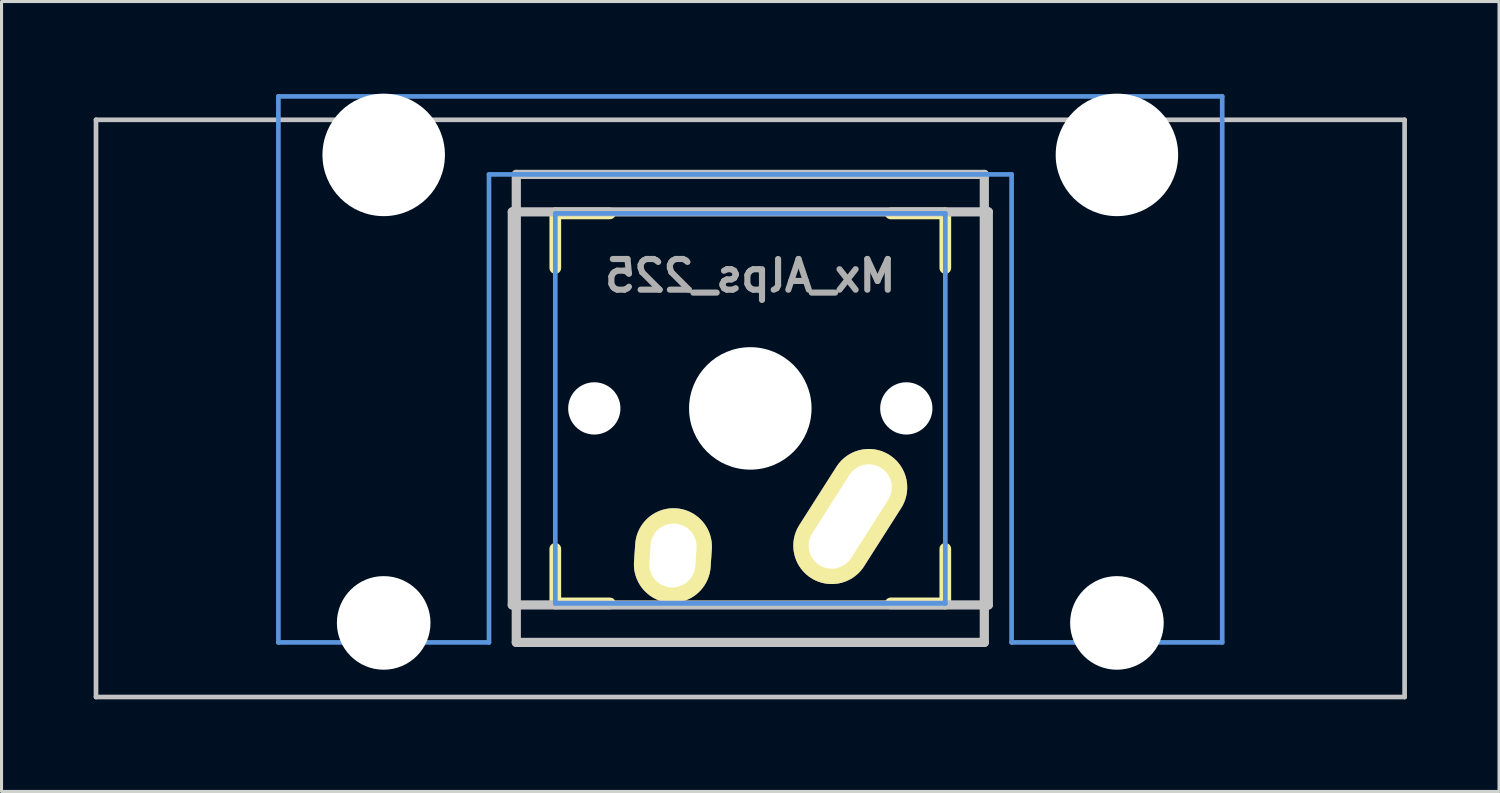
<source format=kicad_pcb>
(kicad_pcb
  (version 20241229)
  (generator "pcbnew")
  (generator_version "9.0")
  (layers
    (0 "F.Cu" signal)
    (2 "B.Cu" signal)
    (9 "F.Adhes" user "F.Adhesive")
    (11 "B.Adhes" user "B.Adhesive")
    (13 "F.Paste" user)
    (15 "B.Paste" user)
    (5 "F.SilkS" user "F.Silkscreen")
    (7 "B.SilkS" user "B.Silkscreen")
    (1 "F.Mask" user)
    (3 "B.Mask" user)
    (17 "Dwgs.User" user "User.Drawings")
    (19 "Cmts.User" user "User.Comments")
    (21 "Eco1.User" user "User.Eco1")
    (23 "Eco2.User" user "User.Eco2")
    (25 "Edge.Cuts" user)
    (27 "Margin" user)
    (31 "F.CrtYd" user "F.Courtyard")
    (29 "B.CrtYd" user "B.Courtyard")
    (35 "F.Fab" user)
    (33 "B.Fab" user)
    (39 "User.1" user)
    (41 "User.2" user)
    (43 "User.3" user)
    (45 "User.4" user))
  (footprint "Mx_Alps_225"
    (layer "F.Cu")
    (at 21.382 6.261)
    (property "Reference" "Mx_Alps_225" (at 0 -0.33 180) (layer "F.Fab") (effects (font (size 1 1) (thickness 0.2)) (justify mirror)))
    (attr through_hole)
    (fp_line (start -6.35 -2.362) (end -4.572 -2.362) (stroke (width 0.381) (type solid)) (layer "F.SilkS"))
    (fp_line (start -6.35 -0.584) (end -6.35 -2.362) (stroke (width 0.381) (type solid)) (layer "F.SilkS"))
    (fp_line (start -6.35 10.338) (end -6.35 8.56) (stroke (width 0.381) (type solid)) (layer "F.SilkS"))
    (fp_line (start -4.572 10.338) (end -6.35 10.338) (stroke (width 0.381) (type solid)) (layer "F.SilkS"))
    (fp_line (start 4.572 -2.362) (end 6.35 -2.362) (stroke (width 0.381) (type solid)) (layer "F.SilkS"))
    (fp_line (start 6.35 -2.362) (end 6.35 -0.584) (stroke (width 0.381) (type solid)) (layer "F.SilkS"))
    (fp_line (start 6.35 8.56) (end 6.35 10.338) (stroke (width 0.381) (type solid)) (layer "F.SilkS"))
    (fp_line (start 6.35 10.338) (end 4.572 10.338) (stroke (width 0.381) (type solid)) (layer "F.SilkS"))
    (fp_line (start -21.306 -5.41) (end 21.306 -5.41) (stroke (width 0.152) (type solid)) (layer "Dwgs.User"))
    (fp_line (start -21.306 13.386) (end -21.306 -5.41) (stroke (width 0.152) (type solid)) (layer "Dwgs.User"))
    (fp_line (start -7.75 -2.412) (end -7.75 10.388) (stroke (width 0.3) (type solid)) (layer "Dwgs.User"))
    (fp_line (start -7.75 10.388) (end 7.75 10.388) (stroke (width 0.3) (type solid)) (layer "Dwgs.User"))
    (fp_line (start -7.62 -3.632) (end 7.62 -3.632) (stroke (width 0.3) (type solid)) (layer "Dwgs.User"))
    (fp_line (start -7.62 11.608) (end -7.62 -3.632) (stroke (width 0.3) (type solid)) (layer "Dwgs.User"))
    (fp_line (start 7.62 -3.632) (end 7.62 11.608) (stroke (width 0.3) (type solid)) (layer "Dwgs.User"))
    (fp_line (start 7.62 11.608) (end -7.62 11.608) (stroke (width 0.3) (type solid)) (layer "Dwgs.User"))
    (fp_line (start 7.75 -2.412) (end -7.75 -2.412) (stroke (width 0.3) (type solid)) (layer "Dwgs.User"))
    (fp_line (start 7.75 -2.412) (end 7.75 10.388) (stroke (width 0.3) (type solid)) (layer "Dwgs.User"))
    (fp_line (start 21.306 -5.41) (end 21.306 13.386) (stroke (width 0.152) (type solid)) (layer "Dwgs.User"))
    (fp_line (start 21.306 13.386) (end -21.306 13.386) (stroke (width 0.152) (type solid)) (layer "Dwgs.User"))
    (fp_line (start -15.367 -6.172) (end -15.367 11.608) (stroke (width 0.152) (type solid)) (layer "Cmts.User"))
    (fp_line (start -15.367 11.608) (end -8.509 11.608) (stroke (width 0.152) (type solid)) (layer "Cmts.User"))
    (fp_line (start -8.509 -3.632) (end 8.509 -3.632) (stroke (width 0.152) (type solid)) (layer "Cmts.User"))
    (fp_line (start -8.509 11.608) (end -8.509 -3.632) (stroke (width 0.152) (type solid)) (layer "Cmts.User"))
    (fp_line (start -6.35 -2.362) (end 6.35 -2.362) (stroke (width 0.152) (type solid)) (layer "Cmts.User"))
    (fp_line (start -6.35 10.338) (end -6.35 -2.362) (stroke (width 0.152) (type solid)) (layer "Cmts.User"))
    (fp_line (start 6.35 -2.362) (end 6.35 10.338) (stroke (width 0.152) (type solid)) (layer "Cmts.User"))
    (fp_line (start 6.35 10.338) (end -6.35 10.338) (stroke (width 0.152) (type solid)) (layer "Cmts.User"))
    (fp_line (start 8.509 -3.632) (end 8.509 11.608) (stroke (width 0.152) (type solid)) (layer "Cmts.User"))
    (fp_line (start 8.509 11.608) (end 15.367 11.608) (stroke (width 0.152) (type solid)) (layer "Cmts.User"))
    (fp_line (start 15.367 -6.172) (end -15.367 -6.172) (stroke (width 0.152) (type solid)) (layer "Cmts.User"))
    (fp_line (start 15.367 11.608) (end 15.367 -6.172) (stroke (width 0.152) (type solid)) (layer "Cmts.User"))
    (fp_line (start -16.129 3.48) (end -15.265 3.48) (stroke (width 0.152) (type solid)) (layer "Eco2.User"))
    (fp_line (start -16.129 6.274) (end -16.129 3.48) (stroke (width 0.152) (type solid)) (layer "Eco2.User"))
    (fp_line (start -15.265 -2.616) (end -14.224 -2.616) (stroke (width 0.152) (type solid)) (layer "Eco2.User"))
    (fp_line (start -15.265 3.48) (end -15.265 -2.616) (stroke (width 0.152) (type solid)) (layer "Eco2.User"))
    (fp_line (start -15.265 6.274) (end -16.129 6.274) (stroke (width 0.152) (type solid)) (layer "Eco2.User"))
    (fp_line (start -15.265 9.677) (end -15.265 6.274) (stroke (width 0.152) (type solid)) (layer "Eco2.User"))
    (fp_line (start -14.224 -3.785) (end -9.652 -3.785) (stroke (width 0.152) (type solid)) (layer "Eco2.User"))
    (fp_line (start -14.224 -2.616) (end -14.224 -3.785) (stroke (width 0.152) (type solid)) (layer "Eco2.User"))
    (fp_line (start -9.652 -3.785) (end -9.652 -2.616) (stroke (width 0.152) (type solid)) (layer "Eco2.User"))
    (fp_line (start -9.652 -2.616) (end -8.611 -2.616) (stroke (width 0.152) (type solid)) (layer "Eco2.User"))
    (fp_line (start -8.611 -2.616) (end -8.611 -1.829) (stroke (width 0.152) (type solid)) (layer "Eco2.User"))
    (fp_line (start -8.611 -1.829) (end -6.985 -1.829) (stroke (width 0.152) (type solid)) (layer "Eco2.User"))
    (fp_line (start -8.611 8.865) (end -8.611 9.677) (stroke (width 0.152) (type solid)) (layer "Eco2.User"))
    (fp_line (start -8.611 9.677) (end -15.265 9.677) (stroke (width 0.152) (type solid)) (layer "Eco2.User"))
    (fp_line (start -6.985 -2.997) (end 6.985 -2.997) (stroke (width 0.152) (type solid)) (layer "Eco2.User"))
    (fp_line (start -6.985 -1.829) (end -6.985 -2.997) (stroke (width 0.152) (type solid)) (layer "Eco2.User"))
    (fp_line (start -6.985 8.865) (end -8.611 8.865) (stroke (width 0.152) (type solid)) (layer "Eco2.User"))
    (fp_line (start -6.985 10.973) (end -6.985 8.865) (stroke (width 0.152) (type solid)) (layer "Eco2.User"))
    (fp_line (start 6.985 -2.997) (end 6.985 -1.829) (stroke (width 0.152) (type solid)) (layer "Eco2.User"))
    (fp_line (start 6.985 -1.829) (end 8.611 -1.829) (stroke (width 0.152) (type solid)) (layer "Eco2.User"))
    (fp_line (start 6.985 8.865) (end 6.985 10.973) (stroke (width 0.152) (type solid)) (layer "Eco2.User"))
    (fp_line (start 6.985 10.973) (end -6.985 10.973) (stroke (width 0.152) (type solid)) (layer "Eco2.User"))
    (fp_line (start 8.611 -2.616) (end 9.652 -2.616) (stroke (width 0.152) (type solid)) (layer "Eco2.User"))
    (fp_line (start 8.611 -1.829) (end 8.611 -2.616) (stroke (width 0.152) (type solid)) (layer "Eco2.User"))
    (fp_line (start 8.611 8.865) (end 6.985 8.865) (stroke (width 0.152) (type solid)) (layer "Eco2.User"))
    (fp_line (start 8.611 9.677) (end 8.611 8.865) (stroke (width 0.152) (type solid)) (layer "Eco2.User"))
    (fp_line (start 9.652 -3.785) (end 14.224 -3.785) (stroke (width 0.152) (type solid)) (layer "Eco2.User"))
    (fp_line (start 9.652 -2.616) (end 9.652 -3.785) (stroke (width 0.152) (type solid)) (layer "Eco2.User"))
    (fp_line (start 14.224 -3.785) (end 14.224 -2.616) (stroke (width 0.152) (type solid)) (layer "Eco2.User"))
    (fp_line (start 14.224 -2.616) (end 15.265 -2.616) (stroke (width 0.152) (type solid)) (layer "Eco2.User"))
    (fp_line (start 15.265 -2.616) (end 15.265 3.48) (stroke (width 0.152) (type solid)) (layer "Eco2.User"))
    (fp_line (start 15.265 3.48) (end 16.129 3.48) (stroke (width 0.152) (type solid)) (layer "Eco2.User"))
    (fp_line (start 15.265 6.274) (end 15.265 9.677) (stroke (width 0.152) (type solid)) (layer "Eco2.User"))
    (fp_line (start 15.265 9.677) (end 8.611 9.677) (stroke (width 0.152) (type solid)) (layer "Eco2.User"))
    (fp_line (start 16.129 3.48) (end 16.129 6.274) (stroke (width 0.152) (type solid)) (layer "Eco2.User"))
    (fp_line (start 16.129 6.274) (end 15.265 6.274) (stroke (width 0.152) (type solid)) (layer "Eco2.User"))
    (pad "" np_thru_hole circle (at -11.938 -4.267 180) (size 3.988 3.988) (drill 3.988) (layers "*.Cu" "*.Mask"))
    (pad "" np_thru_hole circle (at -11.938 10.973 180) (size 3.048 3.048) (drill 3.048) (layers "*.Cu" "*.Mask"))
    (pad "" np_thru_hole circle (at -5.08 3.988 180) (size 1.702 1.702) (drill 1.702) (layers "*.Cu" "*.Mask"))
    (pad "" np_thru_hole circle (at 0 3.988 180) (size 3.988 3.988) (drill 3.988) (layers "*.Cu" "*.Mask"))
    (pad "" np_thru_hole circle (at 5.08 3.988 180) (size 1.702 1.702) (drill 1.702) (layers "*.Cu" "*.Mask"))
    (pad "" np_thru_hole circle (at 11.938 -4.267 180) (size 3.988 3.988) (drill 3.988) (layers "*.Cu" "*.Mask"))
    (pad "" np_thru_hole circle (at 11.938 10.973 180) (size 3.048 3.048) (drill 3.048) (layers "*.Cu" "*.Mask"))
    (pad "1" thru_hole oval (at 3.255 7.508 147.5) (size 2.5 4.75) (drill oval 1.5 3.75) (layers "*.Cu" "*.Mask" "F.SilkS"))
    (pad "2" thru_hole oval (at -2.52 8.778 176.1) (size 2.5 3.08) (drill oval 1.5 2.08) (layers "*.Cu" "*.Mask" "F.SilkS")))
  (gr_rect
    (start -3 -3)
    (end 45.763 22.723)
    (stroke (width 0.1) (type default))
    (fill no)
    (layer "Edge.Cuts")))
</source>
